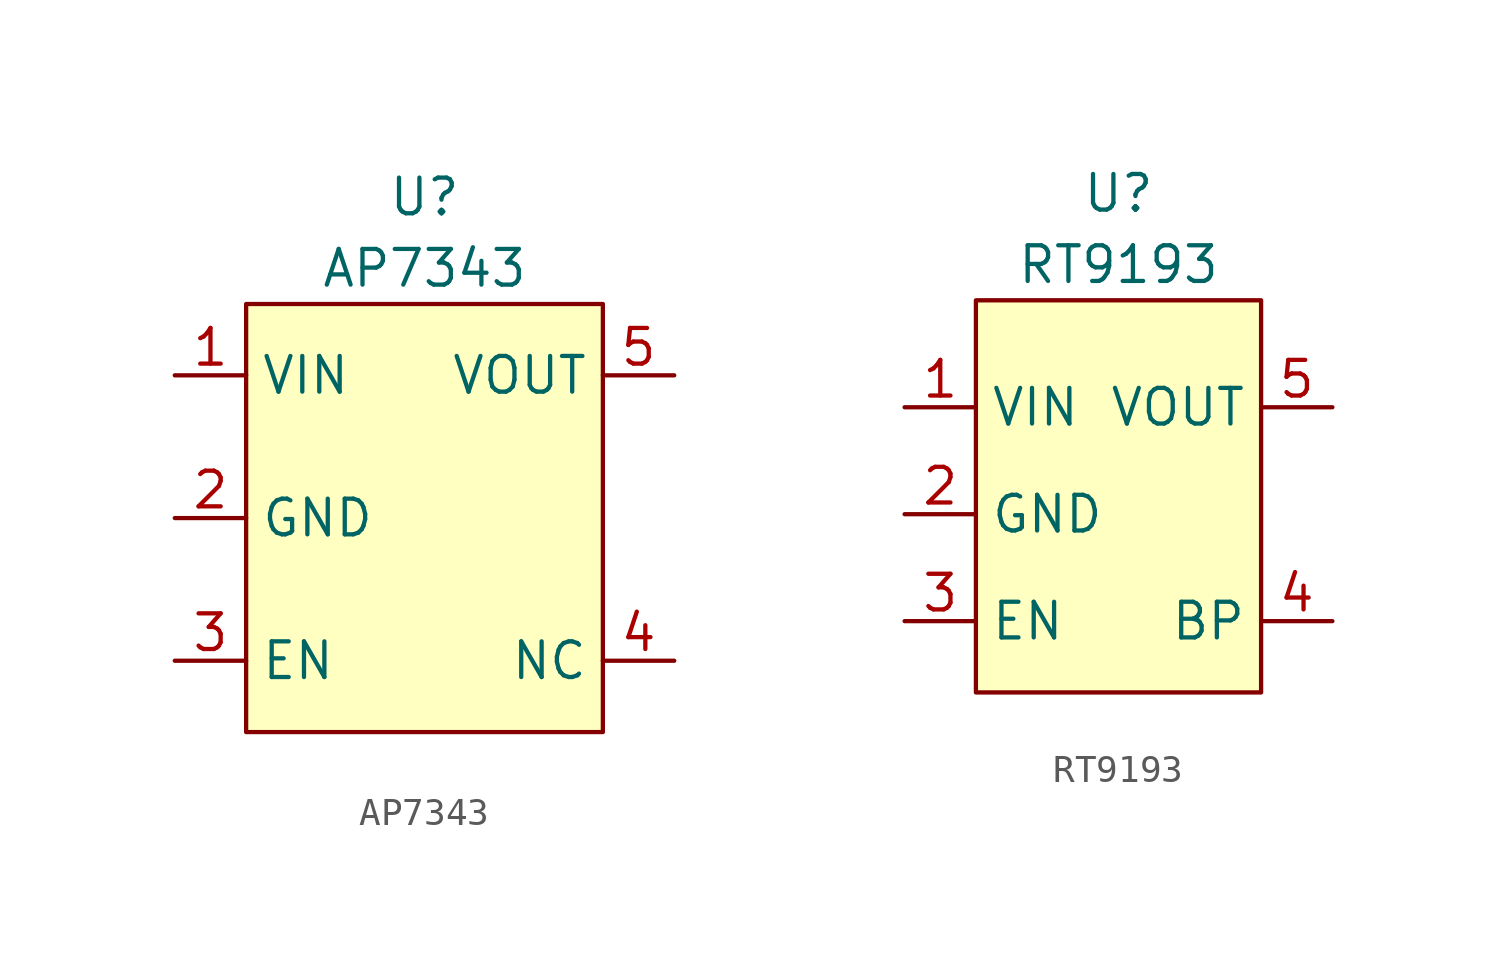
<source format=kicad_sym>
(kicad_symbol_lib
  (version 20211014)
  (generator kicad_symbol_editor)
  (symbol "AP7343"
    (property "Reference" "U"
      (at 0 11.43 0)
      (effects (font (size 1.27 1.27))))
    (property "Value" "AP7343"
      (at 0 8.89 0)
      (effects (font (size 1.27 1.27))))
    (symbol "AP7343_0_1"
      (rectangle (start -6.35 7.62) (end 6.35 -7.62) (stroke (width 0) (type default) (color 0 0 0 0)) (fill (type background))))
    (symbol "AP7343_1_1"
      (pin input line (at -8.89 5.08 0) (length 2.54) (name "VIN" (effects (font (size 1.27 1.27)))) (number "1" (effects (font (size 1.27 1.27)))))
      (pin input line (at -8.89 0 0) (length 2.54) (name "GND" (effects (font (size 1.27 1.27)))) (number "2" (effects (font (size 1.27 1.27)))))
      (pin input line (at -8.89 -5.08 0) (length 2.54) (name "EN" (effects (font (size 1.27 1.27)))) (number "3" (effects (font (size 1.27 1.27)))))
      (pin input line (at 8.89 -5.08 180) (length 2.54) (name "NC" (effects (font (size 1.27 1.27)))) (number "4" (effects (font (size 1.27 1.27)))))
      (pin input line (at 8.89 5.08 180) (length 2.54) (name "VOUT" (effects (font (size 1.27 1.27)))) (number "5" (effects (font (size 1.27 1.27)))))))
  (symbol "RT9193"
    (property "Reference" "U"
      (at 0 10.16 0)
      (effects (font (size 1.27 1.27))))
    (property "Value" "RT9193"
      (at 0 7.62 0)
      (effects (font (size 1.27 1.27))))
    (symbol "RT9193_0_1"
      (rectangle (start -5.08 6.35) (end 5.08 -7.62) (stroke (width 0) (type default) (color 0 0 0 0)) (fill (type background))))
    (symbol "RT9193_1_1"
      (pin input line (at -7.62 2.54 0) (length 2.54) (name "VIN" (effects (font (size 1.27 1.27)))) (number "1" (effects (font (size 1.27 1.27)))))
      (pin input line (at -7.62 -1.27 0) (length 2.54) (name "GND" (effects (font (size 1.27 1.27)))) (number "2" (effects (font (size 1.27 1.27)))))
      (pin input line (at -7.62 -5.08 0) (length 2.54) (name "EN" (effects (font (size 1.27 1.27)))) (number "3" (effects (font (size 1.27 1.27)))))
      (pin input line (at 7.62 -5.08 180) (length 2.54) (name "BP" (effects (font (size 1.27 1.27)))) (number "4" (effects (font (size 1.27 1.27)))))
      (pin input line (at 7.62 2.54 180) (length 2.54) (name "VOUT" (effects (font (size 1.27 1.27)))) (number "5" (effects (font (size 1.27 1.27))))))))
</source>
